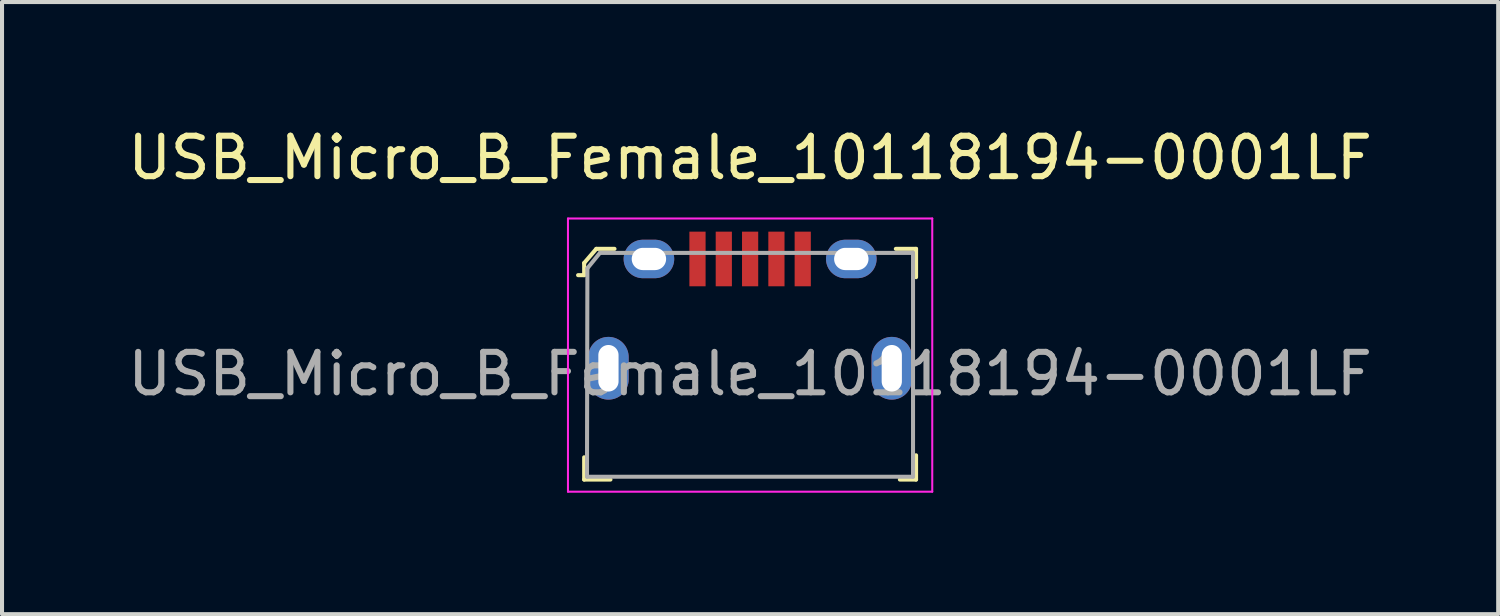
<source format=kicad_pcb>
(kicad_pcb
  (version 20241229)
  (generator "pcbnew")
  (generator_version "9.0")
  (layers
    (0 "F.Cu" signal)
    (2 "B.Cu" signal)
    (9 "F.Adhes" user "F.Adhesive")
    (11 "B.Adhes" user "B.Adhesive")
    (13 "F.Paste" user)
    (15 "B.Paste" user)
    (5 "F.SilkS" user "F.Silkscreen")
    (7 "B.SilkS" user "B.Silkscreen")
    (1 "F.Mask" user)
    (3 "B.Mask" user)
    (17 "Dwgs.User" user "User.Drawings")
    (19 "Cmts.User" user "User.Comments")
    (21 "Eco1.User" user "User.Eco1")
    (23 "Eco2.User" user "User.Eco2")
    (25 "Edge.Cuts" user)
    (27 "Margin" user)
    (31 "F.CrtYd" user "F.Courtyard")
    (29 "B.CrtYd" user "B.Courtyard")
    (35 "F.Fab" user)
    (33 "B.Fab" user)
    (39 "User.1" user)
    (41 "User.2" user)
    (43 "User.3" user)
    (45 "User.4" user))
  (footprint "USB_Micro_B_Female_10118194-0001LF"
    (layer "F.Cu")
    (at 15.482 5.253)
    (property "Reference" "USB_Micro_B_Female_10118194-0001LF" (at 0 -4.405 0) (layer "F.SilkS") (effects (font (size 1 1) (thickness 0.15))))
    (attr smd)
    (fp_line (start -4.1 -1.805) (end -4.1 -1.505) (stroke (width 0.1) (type solid)) (layer "F.SilkS"))
    (fp_line (start -4.1 -1.505) (end -4.25 -1.505) (stroke (width 0.1) (type solid)) (layer "F.SilkS"))
    (fp_line (start -4.1 2.995) (end -4.1 3.545) (stroke (width 0.1) (type solid)) (layer "F.SilkS"))
    (fp_line (start -4.1 3.545) (end -3.45 3.545) (stroke (width 0.1) (type solid)) (layer "F.SilkS"))
    (fp_line (start -3.8 -2.155) (end -4.1 -1.805) (stroke (width 0.1) (type solid)) (layer "F.SilkS"))
    (fp_line (start -3.35 -2.155) (end -3.8 -2.155) (stroke (width 0.1) (type solid)) (layer "F.SilkS"))
    (fp_line (start 3.6 -2.155) (end 4.1 -2.155) (stroke (width 0.1) (type solid)) (layer "F.SilkS"))
    (fp_line (start 4.1 -2.155) (end 4.1 -1.455) (stroke (width 0.1) (type solid)) (layer "F.SilkS"))
    (fp_line (start 4.1 2.945) (end 4.1 3.545) (stroke (width 0.1) (type solid)) (layer "F.SilkS"))
    (fp_line (start 4.1 3.545) (end 3.7 3.545) (stroke (width 0.1) (type solid)) (layer "F.SilkS"))
    (fp_line (start -4.5 -2.905) (end 4.5 -2.905) (stroke (width 0.05) (type solid)) (layer "F.CrtYd"))
    (fp_line (start -4.5 3.845) (end -4.5 -2.905) (stroke (width 0.05) (type solid)) (layer "F.CrtYd"))
    (fp_line (start -4.5 3.845) (end 4.5 3.845) (stroke (width 0.05) (type solid)) (layer "F.CrtYd"))
    (fp_line (start 4.5 3.845) (end 4.5 -2.905) (stroke (width 0.05) (type solid)) (layer "F.CrtYd"))
    (fp_line (start -4.03 3.475) (end -4.02 -1.675) (stroke (width 0.1) (type solid)) (layer "F.Fab"))
    (fp_line (start -4.025 3.475) (end 4.025 3.475) (stroke (width 0.1) (type solid)) (layer "F.Fab"))
    (fp_line (start -4.02 -1.675) (end -3.71 -2.055) (stroke (width 0.1) (type solid)) (layer "F.Fab"))
    (fp_line (start 4.02 -2.055) (end -3.71 -2.055) (stroke (width 0.1) (type solid)) (layer "F.Fab"))
    (fp_line (start 4.025 3.475) (end 4.025 -2.055) (stroke (width 0.1) (type solid)) (layer "F.Fab"))
    (fp_text user "${REFERENCE}" (at 0 0.935 0) (layer "F.Fab") (effects (font (size 1 1) (thickness 0.15))))
    (pad "1" smd rect (at -1.3 -1.905) (size 0.4 1.35) (layers "F.Cu" "F.Mask" "F.Paste"))
    (pad "2" smd rect (at -0.65 -1.905) (size 0.4 1.35) (layers "F.Cu" "F.Mask" "F.Paste"))
    (pad "3" smd rect (at 0 -1.905) (size 0.4 1.35) (layers "F.Cu" "F.Mask" "F.Paste"))
    (pad "4" smd rect (at 0.65 -1.905) (size 0.4 1.35) (layers "F.Cu" "F.Mask" "F.Paste"))
    (pad "5" smd rect (at 1.3 -1.905) (size 0.4 1.35) (layers "F.Cu" "F.Mask" "F.Paste"))
    (pad "SH" thru_hole oval (at -3.5 0.795) (size 1 1.55) (drill oval 0.5 1.15) (layers "*.Cu" "*.Mask"))
    (pad "SH" thru_hole oval (at -2.5 -1.905) (size 1.25 0.95) (drill oval 0.85 0.55) (layers "*.Cu" "*.Mask"))
    (pad "SH" thru_hole oval (at 2.5 -1.905) (size 1.25 0.95) (drill oval 0.85 0.55) (layers "*.Cu" "*.Mask"))
    (pad "SH" thru_hole oval (at 3.5 0.795) (size 1 1.55) (drill oval 0.5 1.15) (layers "*.Cu" "*.Mask")))
  (gr_rect
    (start -3 -3)
    (end 33.964 12.123)
    (stroke (width 0.1) (type default))
    (fill no)
    (layer "Edge.Cuts")))
</source>
